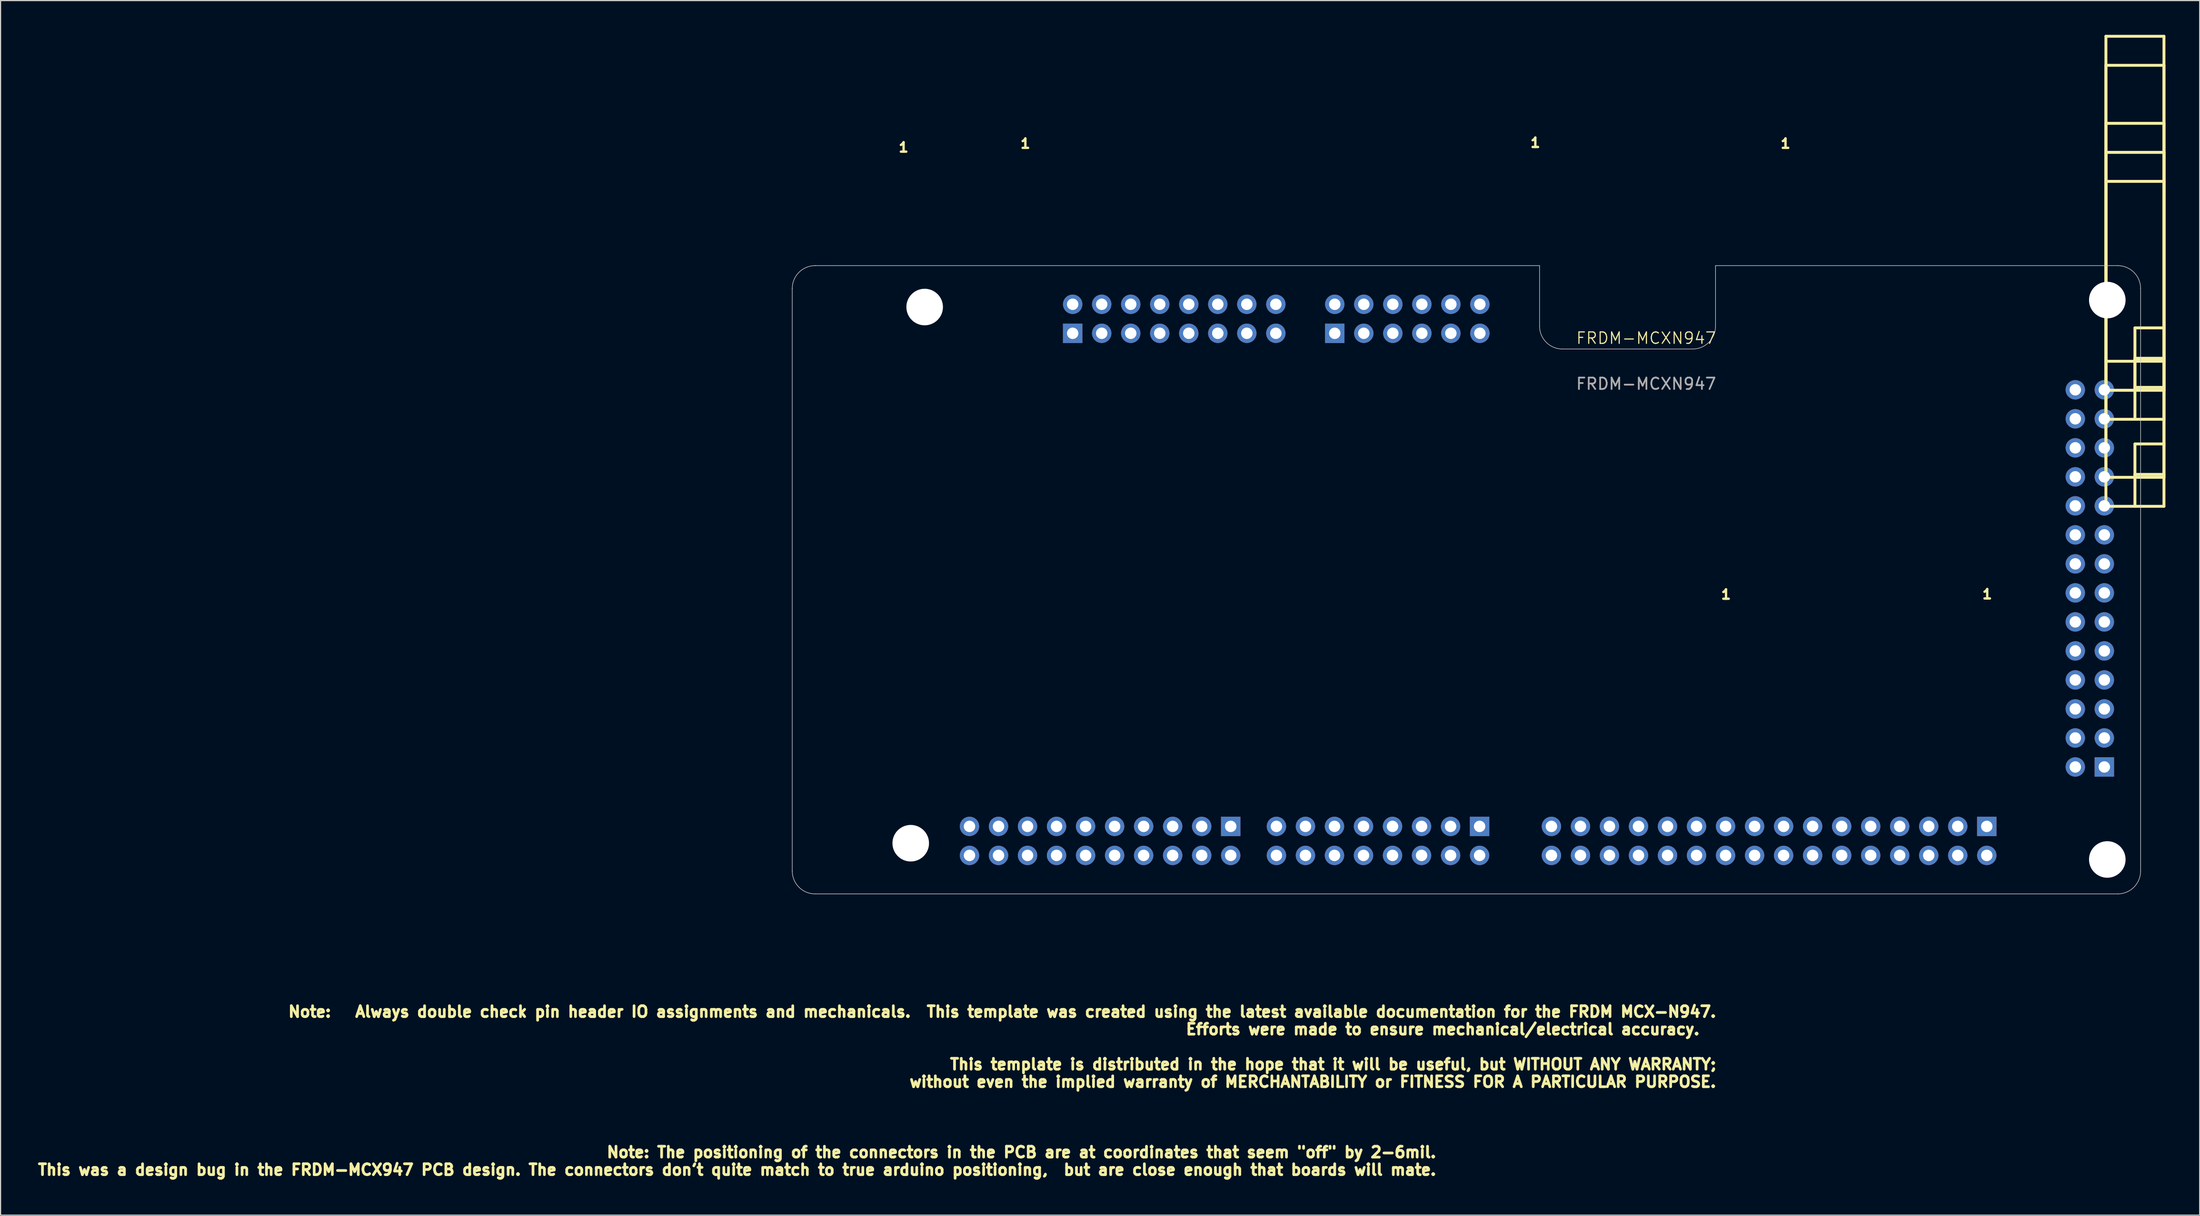
<source format=kicad_pcb>
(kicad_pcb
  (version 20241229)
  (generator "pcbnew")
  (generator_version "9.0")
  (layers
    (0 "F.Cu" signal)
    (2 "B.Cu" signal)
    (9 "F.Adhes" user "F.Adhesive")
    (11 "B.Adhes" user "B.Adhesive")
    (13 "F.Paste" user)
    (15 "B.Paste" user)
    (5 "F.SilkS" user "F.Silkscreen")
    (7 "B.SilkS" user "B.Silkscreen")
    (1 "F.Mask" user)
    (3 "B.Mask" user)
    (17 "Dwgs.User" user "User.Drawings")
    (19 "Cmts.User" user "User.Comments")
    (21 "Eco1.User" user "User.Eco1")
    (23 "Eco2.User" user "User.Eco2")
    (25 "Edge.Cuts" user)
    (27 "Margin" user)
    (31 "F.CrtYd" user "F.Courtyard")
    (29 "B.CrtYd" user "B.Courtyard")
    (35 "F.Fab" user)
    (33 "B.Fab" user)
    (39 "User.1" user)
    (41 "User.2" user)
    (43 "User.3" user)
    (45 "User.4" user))
  (footprint "FRDM-MCXN947"
    (layer "F.Cu")
    (at 127.261 44.088)
    (property "Reference" "FRDM-MCXN947" (at 13.75 -17.538 0) (unlocked yes) (layer "F.SilkS") (effects (font (size 1 1) (thickness 0.1))))
    (attr smd)
    (fp_line (start 53.987 -43.961) (end 53.987 -2.813) (stroke (width 0.254) (type solid)) (layer "F.SilkS"))
    (fp_line (start 53.987 -41.421) (end 59.067 -41.421) (stroke (width 0.254) (type solid)) (layer "F.SilkS"))
    (fp_line (start 53.987 -36.341) (end 53.987 -10.433) (stroke (width 0.254) (type solid)) (layer "F.SilkS"))
    (fp_line (start 53.987 -33.801) (end 53.987 -12.973) (stroke (width 0.254) (type solid)) (layer "F.SilkS"))
    (fp_line (start 53.987 -33.801) (end 59.067 -33.801) (stroke (width 0.254) (type solid)) (layer "F.SilkS"))
    (fp_line (start 53.987 -31.261) (end 59.067 -31.261) (stroke (width 0.254) (type solid)) (layer "F.SilkS"))
    (fp_line (start 53.987 -15.513) (end 53.987 -31.261) (stroke (width 0.254) (type solid)) (layer "F.SilkS"))
    (fp_line (start 53.987 -15.513) (end 59.067 -15.513) (stroke (width 0.254) (type solid)) (layer "F.SilkS"))
    (fp_line (start 53.987 -12.973) (end 53.987 -33.801) (stroke (width 0.254) (type solid)) (layer "F.SilkS"))
    (fp_line (start 53.987 -12.973) (end 59.067 -12.973) (stroke (width 0.254) (type solid)) (layer "F.SilkS"))
    (fp_line (start 53.987 -5.353) (end 53.987 -41.421) (stroke (width 0.254) (type solid)) (layer "F.SilkS"))
    (fp_line (start 53.987 -5.353) (end 59.067 -5.353) (stroke (width 0.254) (type solid)) (layer "F.SilkS"))
    (fp_line (start 56.527 -18.434) (end 59.067 -18.434) (stroke (width 0.254) (type solid)) (layer "F.SilkS"))
    (fp_line (start 56.527 -15.767) (end 56.527 -12.973) (stroke (width 0.254) (type solid)) (layer "F.SilkS"))
    (fp_line (start 56.527 -15.767) (end 59.067 -15.767) (stroke (width 0.254) (type solid)) (layer "F.SilkS"))
    (fp_line (start 56.527 -15.513) (end 56.527 -18.434) (stroke (width 0.254) (type solid)) (layer "F.SilkS"))
    (fp_line (start 56.527 -13.227) (end 56.527 -10.433) (stroke (width 0.254) (type solid)) (layer "F.SilkS"))
    (fp_line (start 56.527 -12.973) (end 56.527 -15.767) (stroke (width 0.254) (type solid)) (layer "F.SilkS"))
    (fp_line (start 56.527 -8.274) (end 56.527 -5.353) (stroke (width 0.254) (type solid)) (layer "F.SilkS"))
    (fp_line (start 56.527 -8.274) (end 59.067 -8.274) (stroke (width 0.254) (type solid)) (layer "F.SilkS"))
    (fp_line (start 56.527 -5.607) (end 56.527 -2.813) (stroke (width 0.254) (type solid)) (layer "F.SilkS"))
    (fp_line (start 59.067 -43.961) (end 53.987 -43.961) (stroke (width 0.254) (type solid)) (layer "F.SilkS"))
    (fp_line (start 59.067 -43.961) (end 59.067 -2.813) (stroke (width 0.254) (type solid)) (layer "F.SilkS"))
    (fp_line (start 59.067 -36.341) (end 53.987 -36.341) (stroke (width 0.254) (type solid)) (layer "F.SilkS"))
    (fp_line (start 59.067 -36.341) (end 59.067 -10.433) (stroke (width 0.254) (type solid)) (layer "F.SilkS"))
    (fp_line (start 59.067 -33.801) (end 53.987 -33.801) (stroke (width 0.254) (type solid)) (layer "F.SilkS"))
    (fp_line (start 59.067 -33.801) (end 59.067 -12.973) (stroke (width 0.254) (type solid)) (layer "F.SilkS"))
    (fp_line (start 59.067 -15.767) (end 56.527 -15.767) (stroke (width 0.254) (type solid)) (layer "F.SilkS"))
    (fp_line (start 59.067 -15.513) (end 59.067 -31.261) (stroke (width 0.254) (type solid)) (layer "F.SilkS"))
    (fp_line (start 59.067 -13.227) (end 56.527 -13.227) (stroke (width 0.254) (type solid)) (layer "F.SilkS"))
    (fp_line (start 59.067 -12.973) (end 53.987 -12.973) (stroke (width 0.254) (type solid)) (layer "F.SilkS"))
    (fp_line (start 59.067 -12.973) (end 59.067 -33.801) (stroke (width 0.254) (type solid)) (layer "F.SilkS"))
    (fp_line (start 59.067 -10.433) (end 53.987 -10.433) (stroke (width 0.254) (type solid)) (layer "F.SilkS"))
    (fp_line (start 59.067 -5.607) (end 56.527 -5.607) (stroke (width 0.254) (type solid)) (layer "F.SilkS"))
    (fp_line (start 59.067 -5.353) (end 59.067 -41.421) (stroke (width 0.254) (type solid)) (layer "F.SilkS"))
    (fp_line (start 59.067 -2.813) (end 53.987 -2.813) (stroke (width 0.254) (type solid)) (layer "F.SilkS"))
    (fp_line (start -60.977 -21.883) (end -60.977 -21.883) (stroke (width 0.05) (type solid)) (layer "Edge.Cuts"))
    (fp_line (start -60.977 29.117) (end -60.977 -21.883) (stroke (width 0.05) (type solid)) (layer "Edge.Cuts"))
    (fp_line (start -60.977 29.117) (end -60.977 29.117) (stroke (width 0.05) (type solid)) (layer "Edge.Cuts"))
    (fp_line (start -58.977 -23.883) (end 4.423 -23.883) (stroke (width 0.05) (type solid)) (layer "Edge.Cuts"))
    (fp_line (start -58.977 -23.883) (end -58.977 -23.883) (stroke (width 0.05) (type solid)) (layer "Edge.Cuts"))
    (fp_line (start 4.423 -23.883) (end 4.423 -18.583) (stroke (width 0.05) (type solid)) (layer "Edge.Cuts"))
    (fp_line (start 6.423 -16.583) (end 17.823 -16.583) (stroke (width 0.05) (type solid)) (layer "Edge.Cuts"))
    (fp_line (start 6.423 -16.583) (end 6.423 -16.583) (stroke (width 0.05) (type solid)) (layer "Edge.Cuts"))
    (fp_line (start 19.823 -23.883) (end 55.023 -23.883) (stroke (width 0.05) (type solid)) (layer "Edge.Cuts"))
    (fp_line (start 19.823 -18.583) (end 19.823 -18.583) (stroke (width 0.05) (type solid)) (layer "Edge.Cuts"))
    (fp_line (start 19.823 -18.583) (end 19.823 -23.883) (stroke (width 0.05) (type solid)) (layer "Edge.Cuts"))
    (fp_line (start 55.023 31.117) (end 55.023 31.117) (stroke (width 0.05) (type solid)) (layer "Edge.Cuts"))
    (fp_line (start 55.023 31.117) (end -58.977 31.117) (stroke (width 0.05) (type solid)) (layer "Edge.Cuts"))
    (fp_line (start 57.023 -21.883) (end 57.023 29.117) (stroke (width 0.05) (type solid)) (layer "Edge.Cuts"))
    (fp_line (start 57.023 -21.883) (end 57.023 -21.883) (stroke (width 0.05) (type solid)) (layer "Edge.Cuts"))
    (fp_arc (start -60.977 -21.882999) (mid -60.39121 -23.297211) (end -58.976998 -23.883) (stroke (width 0.05) (type solid)) (layer "Edge.Cuts"))
    (fp_arc (start -58.976999 31.117) (mid -60.391221 30.53122) (end -60.977 29.116998) (stroke (width 0.05) (type solid)) (layer "Edge.Cuts"))
    (fp_arc (start 6.423002 -16.583) (mid 5.008783 -17.168781) (end 4.423 -18.583001) (stroke (width 0.05) (type solid)) (layer "Edge.Cuts"))
    (fp_arc (start 19.823 -18.583002) (mid 19.237212 -17.16879) (end 17.822999 -16.583) (stroke (width 0.05) (type solid)) (layer "Edge.Cuts"))
    (fp_arc (start 55.022999 -23.883) (mid 56.437212 -23.297213) (end 57.023 -21.882998) (stroke (width 0.05) (type solid)) (layer "Edge.Cuts"))
    (fp_arc (start 57.023 29.116999) (mid 56.437211 30.531211) (end 55.022998 31.117) (stroke (width 0.05) (type solid)) (layer "Edge.Cuts"))
    (fp_rect (start -61.977 32.117) (end 58.023 -24.883) (stroke (width 0.1) (type solid)) (fill no) (layer "Margin"))
    (fp_text user "Note: The positioning of the connectors in the PCB are at coordinates that seem {dblquote}off{dblquote} by 2-6mil.\nThis was a design bug in the FRDM-MCX947 PCB design. The connectors don't quite match to true arduino positioning,  but are close enough that boards will mate." (at -4.5 54.5 0) (unlocked yes) (layer "F.SilkS") (effects (font (size 0.953 0.953) (thickness 0.238) (bold yes)) (justify right)))
    (fp_text user "1" (at -51.234 -34.234 0) (unlocked yes) (layer "F.SilkS") (effects (font (size 0.826 0.826) (thickness 0.254) (bold yes))))
    (fp_text user "1" (at 4.052 -34.642 0) (unlocked yes) (layer "F.SilkS") (effects (font (size 0.826 0.826) (thickness 0.254) (bold yes))))
    (fp_text user "1" (at 43.6 4.881 0) (unlocked yes) (layer "F.SilkS") (effects (font (size 0.826 0.826) (thickness 0.254) (bold yes))))
    (fp_text user "Note:   Always double check pin header IO assignments and mechanicals.  This template was created using the latest available documentation for the FRDM MCX-N947.\nEfforts were made to ensure mechanical/electrical accuracy.  \n\nThis template is distributed in the hope that it will be useful, but WITHOUT ANY WARRANTY;\nwithout even the implied warranty of MERCHANTABILITY or FITNESS FOR A PARTICULAR PURPOSE." (at 20 44.5 0) (unlocked yes) (layer "F.SilkS") (effects (font (size 0.953 0.953) (thickness 0.238) (bold yes)) (justify right)))
    (fp_text user "1" (at -40.576 -34.566 0) (unlocked yes) (layer "F.SilkS") (effects (font (size 0.826 0.826) (thickness 0.254) (bold yes))))
    (fp_text user "1" (at 20.74 4.906 0) (unlocked yes) (layer "F.SilkS") (effects (font (size 0.826 0.826) (thickness 0.254) (bold yes))))
    (fp_text user "1" (at 25.947 -34.566 0) (unlocked yes) (layer "F.SilkS") (effects (font (size 0.826 0.826) (thickness 0.254) (bold yes))))
    (fp_text user "${REFERENCE}" (at 13.75 -13.538 0) (unlocked yes) (layer "F.Fab") (effects (font (size 1 1) (thickness 0.15))))
    (pad "" np_thru_hole circle (at -50.609 26.68) (size 3.2 3.2) (drill 3.2) (layers "*.Cu" "*.Mask"))
    (pad "" np_thru_hole circle (at -49.39 -20.259) (size 3.2 3.2) (drill 3.2) (layers "*.Cu" "*.Mask"))
    (pad "" np_thru_hole circle (at 54.108 -20.869) (size 3.2 3.2) (drill 3.2) (layers "*.Cu" "*.Mask"))
    (pad "" np_thru_hole circle (at 54.108 28.103) (size 3.2 3.2) (drill 3.2) (layers "*.Cu" "*.Mask"))
    (pad "1" thru_hole rect (at -36.436 -17.96 270) (size 1.7 1.7) (drill 1) (layers "*.Cu" "*.Mask"))
    (pad "1" thru_hole rect (at -22.606 25.207 90) (size 1.7 1.7) (drill 1) (layers "*.Cu" "*.Mask"))
    (pad "1" thru_hole rect (at -13.5 -17.96 270) (size 1.7 1.7) (drill 1) (layers "*.Cu" "*.Mask"))
    (pad "1" thru_hole rect (at -0.825 25.207 90) (size 1.7 1.7) (drill 1) (layers "*.Cu" "*.Mask"))
    (pad "1" thru_hole rect (at 43.561 25.207 270) (size 1.7 1.7) (drill 1) (layers "*.Cu" "*.Mask"))
    (pad "1" thru_hole rect (at 53.848 20.006) (size 1.7 1.7) (drill 1) (layers "*.Cu" "*.Mask"))
    (pad "2" thru_hole roundrect (at -36.436 -20.5 270) (size 1.7 1.7) (drill 1) (layers "*.Cu" "*.Mask") (roundrect_rratio 0.5))
    (pad "2" thru_hole roundrect (at -22.606 27.747 90) (size 1.7 1.7) (drill 1) (layers "*.Cu" "*.Mask") (roundrect_rratio 0.5))
    (pad "2" thru_hole roundrect (at -13.5 -20.5 270) (size 1.7 1.7) (drill 1) (layers "*.Cu" "*.Mask") (roundrect_rratio 0.5))
    (pad "2" thru_hole roundrect (at -0.825 27.747 90) (size 1.7 1.7) (drill 1) (layers "*.Cu" "*.Mask") (roundrect_rratio 0.5))
    (pad "2" thru_hole roundrect (at 43.561 27.747 270) (size 1.7 1.7) (drill 1) (layers "*.Cu" "*.Mask") (roundrect_rratio 0.5))
    (pad "2" thru_hole roundrect (at 51.308 20.006) (size 1.7 1.7) (drill 1) (layers "*.Cu" "*.Mask") (roundrect_rratio 0.5))
    (pad "3" thru_hole roundrect (at -33.896 -17.96 270) (size 1.7 1.7) (drill 1) (layers "*.Cu" "*.Mask") (roundrect_rratio 0.5))
    (pad "3" thru_hole roundrect (at -25.146 25.207 90) (size 1.7 1.7) (drill 1) (layers "*.Cu" "*.Mask") (roundrect_rratio 0.5))
    (pad "3" thru_hole roundrect (at -10.96 -17.96 270) (size 1.7 1.7) (drill 1) (layers "*.Cu" "*.Mask") (roundrect_rratio 0.5))
    (pad "3" thru_hole roundrect (at -3.365 25.207 90) (size 1.7 1.7) (drill 1) (layers "*.Cu" "*.Mask") (roundrect_rratio 0.5))
    (pad "3" thru_hole roundrect (at 41.021 25.207 270) (size 1.7 1.7) (drill 1) (layers "*.Cu" "*.Mask") (roundrect_rratio 0.5))
    (pad "3" thru_hole roundrect (at 53.848 17.466) (size 1.7 1.7) (drill 1) (layers "*.Cu" "*.Mask") (roundrect_rratio 0.5))
    (pad "4" thru_hole roundrect (at -33.896 -20.5 270) (size 1.7 1.7) (drill 1) (layers "*.Cu" "*.Mask") (roundrect_rratio 0.5))
    (pad "4" thru_hole roundrect (at -25.146 27.747 90) (size 1.7 1.7) (drill 1) (layers "*.Cu" "*.Mask") (roundrect_rratio 0.5))
    (pad "4" thru_hole roundrect (at -10.96 -20.5 270) (size 1.7 1.7) (drill 1) (layers "*.Cu" "*.Mask") (roundrect_rratio 0.5))
    (pad "4" thru_hole roundrect (at -3.365 27.747 90) (size 1.7 1.7) (drill 1) (layers "*.Cu" "*.Mask") (roundrect_rratio 0.5))
    (pad "4" thru_hole roundrect (at 41.021 27.747 270) (size 1.7 1.7) (drill 1) (layers "*.Cu" "*.Mask") (roundrect_rratio 0.5))
    (pad "4" thru_hole roundrect (at 51.308 17.466) (size 1.7 1.7) (drill 1) (layers "*.Cu" "*.Mask") (roundrect_rratio 0.5))
    (pad "5" thru_hole roundrect (at -31.356 -17.96 270) (size 1.7 1.7) (drill 1) (layers "*.Cu" "*.Mask") (roundrect_rratio 0.5))
    (pad "5" thru_hole roundrect (at -27.686 25.207 90) (size 1.7 1.7) (drill 1) (layers "*.Cu" "*.Mask") (roundrect_rratio 0.5))
    (pad "5" thru_hole roundrect (at -8.42 -17.96 270) (size 1.7 1.7) (drill 1) (layers "*.Cu" "*.Mask") (roundrect_rratio 0.5))
    (pad "5" thru_hole roundrect (at -5.905 25.207 90) (size 1.7 1.7) (drill 1) (layers "*.Cu" "*.Mask") (roundrect_rratio 0.5))
    (pad "5" thru_hole roundrect (at 38.481 25.207 270) (size 1.7 1.7) (drill 1) (layers "*.Cu" "*.Mask") (roundrect_rratio 0.5))
    (pad "5" thru_hole roundrect (at 53.848 14.926) (size 1.7 1.7) (drill 1) (layers "*.Cu" "*.Mask") (roundrect_rratio 0.5))
    (pad "6" thru_hole roundrect (at -31.356 -20.5 270) (size 1.7 1.7) (drill 1) (layers "*.Cu" "*.Mask") (roundrect_rratio 0.5))
    (pad "6" thru_hole roundrect (at -27.686 27.747 90) (size 1.7 1.7) (drill 1) (layers "*.Cu" "*.Mask") (roundrect_rratio 0.5))
    (pad "6" thru_hole roundrect (at -8.42 -20.5 270) (size 1.7 1.7) (drill 1) (layers "*.Cu" "*.Mask") (roundrect_rratio 0.5))
    (pad "6" thru_hole roundrect (at -5.905 27.747 90) (size 1.7 1.7) (drill 1) (layers "*.Cu" "*.Mask") (roundrect_rratio 0.5))
    (pad "6" thru_hole roundrect (at 38.481 27.747 270) (size 1.7 1.7) (drill 1) (layers "*.Cu" "*.Mask") (roundrect_rratio 0.5))
    (pad "6" thru_hole roundrect (at 51.308 14.926) (size 1.7 1.7) (drill 1) (layers "*.Cu" "*.Mask") (roundrect_rratio 0.5))
    (pad "7" thru_hole roundrect (at -30.226 25.207 90) (size 1.7 1.7) (drill 1) (layers "*.Cu" "*.Mask") (roundrect_rratio 0.5))
    (pad "7" thru_hole roundrect (at -28.816 -17.96 270) (size 1.7 1.7) (drill 1) (layers "*.Cu" "*.Mask") (roundrect_rratio 0.5))
    (pad "7" thru_hole roundrect (at -8.445 25.207 90) (size 1.7 1.7) (drill 1) (layers "*.Cu" "*.Mask") (roundrect_rratio 0.5))
    (pad "7" thru_hole roundrect (at -5.88 -17.96 270) (size 1.7 1.7) (drill 1) (layers "*.Cu" "*.Mask") (roundrect_rratio 0.5))
    (pad "7" thru_hole roundrect (at 35.941 25.207 270) (size 1.7 1.7) (drill 1) (layers "*.Cu" "*.Mask") (roundrect_rratio 0.5))
    (pad "7" thru_hole roundrect (at 53.848 12.386) (size 1.7 1.7) (drill 1) (layers "*.Cu" "*.Mask") (roundrect_rratio 0.5))
    (pad "8" thru_hole roundrect (at -30.226 27.747 90) (size 1.7 1.7) (drill 1) (layers "*.Cu" "*.Mask") (roundrect_rratio 0.5))
    (pad "8" thru_hole roundrect (at -28.816 -20.5 270) (size 1.7 1.7) (drill 1) (layers "*.Cu" "*.Mask") (roundrect_rratio 0.5))
    (pad "8" thru_hole roundrect (at -8.445 27.747 90) (size 1.7 1.7) (drill 1) (layers "*.Cu" "*.Mask") (roundrect_rratio 0.5))
    (pad "8" thru_hole roundrect (at -5.88 -20.5 270) (size 1.7 1.7) (drill 1) (layers "*.Cu" "*.Mask") (roundrect_rratio 0.5))
    (pad "8" thru_hole roundrect (at 35.941 27.747 270) (size 1.7 1.7) (drill 1) (layers "*.Cu" "*.Mask") (roundrect_rratio 0.5))
    (pad "8" thru_hole roundrect (at 51.308 12.386) (size 1.7 1.7) (drill 1) (layers "*.Cu" "*.Mask") (roundrect_rratio 0.5))
    (pad "9" thru_hole roundrect (at -32.766 25.207 90) (size 1.7 1.7) (drill 1) (layers "*.Cu" "*.Mask") (roundrect_rratio 0.5))
    (pad "9" thru_hole roundrect (at -26.276 -17.96 270) (size 1.7 1.7) (drill 1) (layers "*.Cu" "*.Mask") (roundrect_rratio 0.5))
    (pad "9" thru_hole roundrect (at -10.985 25.207 90) (size 1.7 1.7) (drill 1) (layers "*.Cu" "*.Mask") (roundrect_rratio 0.5))
    (pad "9" thru_hole roundrect (at -3.34 -17.96 270) (size 1.7 1.7) (drill 1) (layers "*.Cu" "*.Mask") (roundrect_rratio 0.5))
    (pad "9" thru_hole roundrect (at 33.401 25.207 270) (size 1.7 1.7) (drill 1) (layers "*.Cu" "*.Mask") (roundrect_rratio 0.5))
    (pad "9" thru_hole roundrect (at 53.848 9.846) (size 1.7 1.7) (drill 1) (layers "*.Cu" "*.Mask") (roundrect_rratio 0.5))
    (pad "10" thru_hole roundrect (at -32.766 27.747 90) (size 1.7 1.7) (drill 1) (layers "*.Cu" "*.Mask") (roundrect_rratio 0.5))
    (pad "10" thru_hole roundrect (at -26.276 -20.5 270) (size 1.7 1.7) (drill 1) (layers "*.Cu" "*.Mask") (roundrect_rratio 0.5))
    (pad "10" thru_hole roundrect (at -10.985 27.747 90) (size 1.7 1.7) (drill 1) (layers "*.Cu" "*.Mask") (roundrect_rratio 0.5))
    (pad "10" thru_hole roundrect (at -3.34 -20.5 270) (size 1.7 1.7) (drill 1) (layers "*.Cu" "*.Mask") (roundrect_rratio 0.5))
    (pad "10" thru_hole roundrect (at 33.401 27.747 270) (size 1.7 1.7) (drill 1) (layers "*.Cu" "*.Mask") (roundrect_rratio 0.5))
    (pad "10" thru_hole roundrect (at 51.308 9.846) (size 1.7 1.7) (drill 1) (layers "*.Cu" "*.Mask") (roundrect_rratio 0.5))
    (pad "11" thru_hole roundrect (at -35.306 25.207 90) (size 1.7 1.7) (drill 1) (layers "*.Cu" "*.Mask") (roundrect_rratio 0.5))
    (pad "11" thru_hole roundrect (at -23.736 -17.96 270) (size 1.7 1.7) (drill 1) (layers "*.Cu" "*.Mask") (roundrect_rratio 0.5))
    (pad "11" thru_hole roundrect (at -13.525 25.207 90) (size 1.7 1.7) (drill 1) (layers "*.Cu" "*.Mask") (roundrect_rratio 0.5))
    (pad "11" thru_hole roundrect (at -0.8 -17.96 270) (size 1.7 1.7) (drill 1) (layers "*.Cu" "*.Mask") (roundrect_rratio 0.5))
    (pad "11" thru_hole roundrect (at 30.861 25.207 270) (size 1.7 1.7) (drill 1) (layers "*.Cu" "*.Mask") (roundrect_rratio 0.5))
    (pad "11" thru_hole roundrect (at 53.848 7.306) (size 1.7 1.7) (drill 1) (layers "*.Cu" "*.Mask") (roundrect_rratio 0.5))
    (pad "12" thru_hole roundrect (at -35.306 27.747 90) (size 1.7 1.7) (drill 1) (layers "*.Cu" "*.Mask") (roundrect_rratio 0.5))
    (pad "12" thru_hole roundrect (at -23.736 -20.5 270) (size 1.7 1.7) (drill 1) (layers "*.Cu" "*.Mask") (roundrect_rratio 0.5))
    (pad "12" thru_hole roundrect (at -13.525 27.747 90) (size 1.7 1.7) (drill 1) (layers "*.Cu" "*.Mask") (roundrect_rratio 0.5))
    (pad "12" thru_hole roundrect (at -0.8 -20.5 270) (size 1.7 1.7) (drill 1) (layers "*.Cu" "*.Mask") (roundrect_rratio 0.5))
    (pad "12" thru_hole roundrect (at 30.861 27.747 270) (size 1.7 1.7) (drill 1) (layers "*.Cu" "*.Mask") (roundrect_rratio 0.5))
    (pad "12" thru_hole roundrect (at 51.308 7.306) (size 1.7 1.7) (drill 1) (layers "*.Cu" "*.Mask") (roundrect_rratio 0.5))
    (pad "13" thru_hole roundrect (at -37.846 25.207 90) (size 1.7 1.7) (drill 1) (layers "*.Cu" "*.Mask") (roundrect_rratio 0.5))
    (pad "13" thru_hole roundrect (at -21.196 -17.96 270) (size 1.7 1.7) (drill 1) (layers "*.Cu" "*.Mask") (roundrect_rratio 0.5))
    (pad "13" thru_hole roundrect (at -16.065 25.207 90) (size 1.7 1.7) (drill 1) (layers "*.Cu" "*.Mask") (roundrect_rratio 0.5))
    (pad "13" thru_hole roundrect (at 28.321 25.207 270) (size 1.7 1.7) (drill 1) (layers "*.Cu" "*.Mask") (roundrect_rratio 0.5))
    (pad "13" thru_hole roundrect (at 53.848 4.766) (size 1.7 1.7) (drill 1) (layers "*.Cu" "*.Mask") (roundrect_rratio 0.5))
    (pad "14" thru_hole roundrect (at -37.846 27.747 90) (size 1.7 1.7) (drill 1) (layers "*.Cu" "*.Mask") (roundrect_rratio 0.5))
    (pad "14" thru_hole roundrect (at -21.196 -20.5 270) (size 1.7 1.7) (drill 1) (layers "*.Cu" "*.Mask") (roundrect_rratio 0.5))
    (pad "14" thru_hole roundrect (at -16.065 27.747 90) (size 1.7 1.7) (drill 1) (layers "*.Cu" "*.Mask") (roundrect_rratio 0.5))
    (pad "14" thru_hole roundrect (at 28.321 27.747 270) (size 1.7 1.7) (drill 1) (layers "*.Cu" "*.Mask") (roundrect_rratio 0.5))
    (pad "14" thru_hole roundrect (at 51.308 4.766) (size 1.7 1.7) (drill 1) (layers "*.Cu" "*.Mask") (roundrect_rratio 0.5))
    (pad "15" thru_hole roundrect (at -40.386 25.207 90) (size 1.7 1.7) (drill 1) (layers "*.Cu" "*.Mask") (roundrect_rratio 0.5))
    (pad "15" thru_hole roundrect (at -18.656 -17.96 270) (size 1.7 1.7) (drill 1) (layers "*.Cu" "*.Mask") (roundrect_rratio 0.5))
    (pad "15" thru_hole roundrect (at -18.605 25.207 90) (size 1.7 1.7) (drill 1) (layers "*.Cu" "*.Mask") (roundrect_rratio 0.5))
    (pad "15" thru_hole roundrect (at 25.781 25.207 270) (size 1.7 1.7) (drill 1) (layers "*.Cu" "*.Mask") (roundrect_rratio 0.5))
    (pad "15" thru_hole roundrect (at 53.848 2.226) (size 1.7 1.7) (drill 1) (layers "*.Cu" "*.Mask") (roundrect_rratio 0.5))
    (pad "16" thru_hole roundrect (at -40.386 27.747 90) (size 1.7 1.7) (drill 1) (layers "*.Cu" "*.Mask") (roundrect_rratio 0.5))
    (pad "16" thru_hole roundrect (at -18.656 -20.5 270) (size 1.7 1.7) (drill 1) (layers "*.Cu" "*.Mask") (roundrect_rratio 0.5))
    (pad "16" thru_hole roundrect (at -18.605 27.747 90) (size 1.7 1.7) (drill 1) (layers "*.Cu" "*.Mask") (roundrect_rratio 0.5))
    (pad "16" thru_hole roundrect (at 25.781 27.747 270) (size 1.7 1.7) (drill 1) (layers "*.Cu" "*.Mask") (roundrect_rratio 0.5))
    (pad "16" thru_hole roundrect (at 51.308 2.226) (size 1.7 1.7) (drill 1) (layers "*.Cu" "*.Mask") (roundrect_rratio 0.5))
    (pad "17" thru_hole roundrect (at -42.926 25.207 90) (size 1.7 1.7) (drill 1) (layers "*.Cu" "*.Mask") (roundrect_rratio 0.5))
    (pad "17" thru_hole roundrect (at 23.241 25.207 270) (size 1.7 1.7) (drill 1) (layers "*.Cu" "*.Mask") (roundrect_rratio 0.5))
    (pad "17" thru_hole roundrect (at 53.848 -0.314) (size 1.7 1.7) (drill 1) (layers "*.Cu" "*.Mask") (roundrect_rratio 0.5))
    (pad "18" thru_hole roundrect (at -42.926 27.747 90) (size 1.7 1.7) (drill 1) (layers "*.Cu" "*.Mask") (roundrect_rratio 0.5))
    (pad "18" thru_hole roundrect (at 23.241 27.747 270) (size 1.7 1.7) (drill 1) (layers "*.Cu" "*.Mask") (roundrect_rratio 0.5))
    (pad "18" thru_hole roundrect (at 51.308 -0.314) (size 1.7 1.7) (drill 1) (layers "*.Cu" "*.Mask") (roundrect_rratio 0.5))
    (pad "19" thru_hole roundrect (at -45.466 25.207 90) (size 1.7 1.7) (drill 1) (layers "*.Cu" "*.Mask") (roundrect_rratio 0.5))
    (pad "19" thru_hole roundrect (at 20.701 25.207 270) (size 1.7 1.7) (drill 1) (layers "*.Cu" "*.Mask") (roundrect_rratio 0.5))
    (pad "19" thru_hole roundrect (at 53.848 -2.854) (size 1.7 1.7) (drill 1) (layers "*.Cu" "*.Mask") (roundrect_rratio 0.5))
    (pad "20" thru_hole roundrect (at -45.466 27.747 90) (size 1.7 1.7) (drill 1) (layers "*.Cu" "*.Mask") (roundrect_rratio 0.5))
    (pad "20" thru_hole roundrect (at 20.701 27.747 270) (size 1.7 1.7) (drill 1) (layers "*.Cu" "*.Mask") (roundrect_rratio 0.5))
    (pad "20" thru_hole roundrect (at 51.308 -2.854) (size 1.7 1.7) (drill 1) (layers "*.Cu" "*.Mask") (roundrect_rratio 0.5))
    (pad "21" thru_hole roundrect (at 18.161 25.207 270) (size 1.7 1.7) (drill 1) (layers "*.Cu" "*.Mask") (roundrect_rratio 0.5))
    (pad "21" thru_hole roundrect (at 53.848 -5.394) (size 1.7 1.7) (drill 1) (layers "*.Cu" "*.Mask") (roundrect_rratio 0.5))
    (pad "22" thru_hole roundrect (at 18.161 27.747 270) (size 1.7 1.7) (drill 1) (layers "*.Cu" "*.Mask") (roundrect_rratio 0.5))
    (pad "22" thru_hole roundrect (at 51.308 -5.394) (size 1.7 1.7) (drill 1) (layers "*.Cu" "*.Mask") (roundrect_rratio 0.5))
    (pad "23" thru_hole roundrect (at 15.621 25.207 270) (size 1.7 1.7) (drill 1) (layers "*.Cu" "*.Mask") (roundrect_rratio 0.5))
    (pad "23" thru_hole roundrect (at 53.848 -7.934) (size 1.7 1.7) (drill 1) (layers "*.Cu" "*.Mask") (roundrect_rratio 0.5))
    (pad "24" thru_hole roundrect (at 15.621 27.747 270) (size 1.7 1.7) (drill 1) (layers "*.Cu" "*.Mask") (roundrect_rratio 0.5))
    (pad "24" thru_hole roundrect (at 51.308 -7.934) (size 1.7 1.7) (drill 1) (layers "*.Cu" "*.Mask") (roundrect_rratio 0.5))
    (pad "25" thru_hole roundrect (at 13.081 25.207 270) (size 1.7 1.7) (drill 1) (layers "*.Cu" "*.Mask") (roundrect_rratio 0.5))
    (pad "25" thru_hole roundrect (at 53.848 -10.474) (size 1.7 1.7) (drill 1) (layers "*.Cu" "*.Mask") (roundrect_rratio 0.5))
    (pad "26" thru_hole roundrect (at 13.081 27.747 270) (size 1.7 1.7) (drill 1) (layers "*.Cu" "*.Mask") (roundrect_rratio 0.5))
    (pad "26" thru_hole roundrect (at 51.308 -10.474) (size 1.7 1.7) (drill 1) (layers "*.Cu" "*.Mask") (roundrect_rratio 0.5))
    (pad "27" thru_hole roundrect (at 10.541 25.207 270) (size 1.7 1.7) (drill 1) (layers "*.Cu" "*.Mask") (roundrect_rratio 0.5))
    (pad "27" thru_hole roundrect (at 53.848 -13.014) (size 1.7 1.7) (drill 1) (layers "*.Cu" "*.Mask") (roundrect_rratio 0.5))
    (pad "28" thru_hole roundrect (at 10.541 27.747 270) (size 1.7 1.7) (drill 1) (layers "*.Cu" "*.Mask") (roundrect_rratio 0.5))
    (pad "28" thru_hole roundrect (at 51.308 -13.014) (size 1.7 1.7) (drill 1) (layers "*.Cu" "*.Mask") (roundrect_rratio 0.5))
    (pad "29" thru_hole roundrect (at 8.001 25.207 270) (size 1.7 1.7) (drill 1) (layers "*.Cu" "*.Mask") (roundrect_rratio 0.5))
    (pad "30" thru_hole roundrect (at 8.001 27.747 270) (size 1.7 1.7) (drill 1) (layers "*.Cu" "*.Mask") (roundrect_rratio 0.5))
    (pad "31" thru_hole roundrect (at 5.461 25.207 270) (size 1.7 1.7) (drill 1) (layers "*.Cu" "*.Mask") (roundrect_rratio 0.5))
    (pad "32" thru_hole roundrect (at 5.461 27.747 270) (size 1.7 1.7) (drill 1) (layers "*.Cu" "*.Mask") (roundrect_rratio 0.5)))
  (gr_rect
    (start -3 -3)
    (end 189.455 103.33)
    (stroke (width 0.1) (type default))
    (fill no)
    (layer "Edge.Cuts")))
</source>
